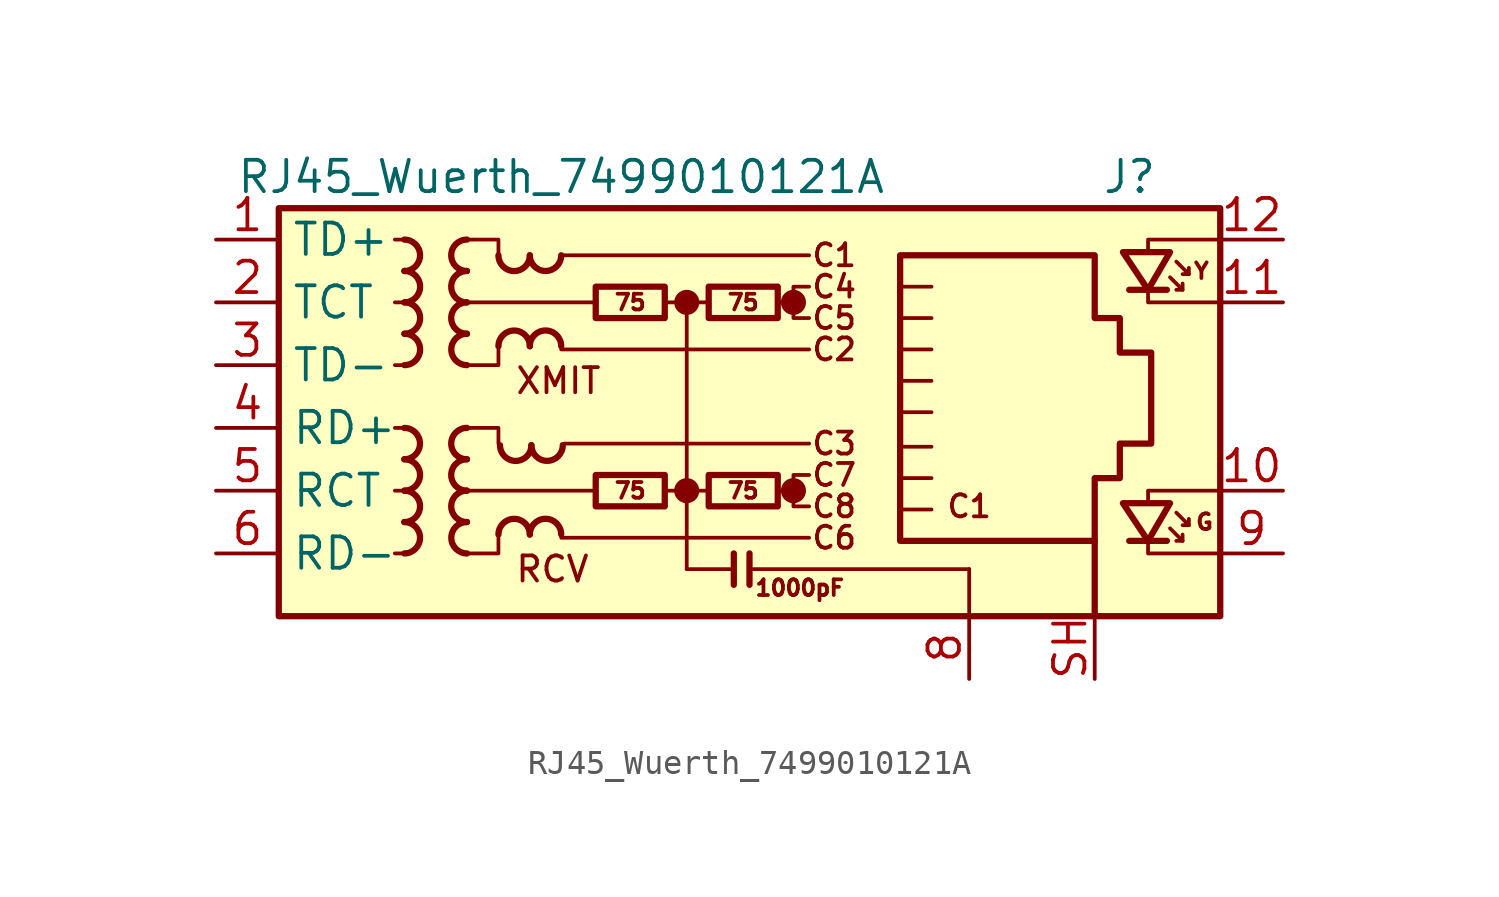
<source format=kicad_sym>
(kicad_symbol_lib
  (version 20241209)
  (generator "kicad_symbol_editor")
  (generator_version "9.0")
  (symbol "RJ45_Wuerth_7499010121A"
    (property "Reference" "J"
      (at 17.78 10.16 0)
      (effects (font (size 1.27 1.27)) (justify right)))
    (property "Value" "RJ45_Wuerth_7499010121A"
      (at -6.35 10.16 0)
      (effects (font (size 1.27 1.27))))
    (symbol "RJ45_Wuerth_7499010121A_0_0"
      (circle (center -1.27 5.08) (radius 0.0001) (stroke (width 0.508) (type default)) (fill (type none)))
      (polyline (pts (xy -1.27 5.08) (xy -1.27 -5.715)) (stroke (width 0) (type default)) (fill (type none)))
      (circle (center -1.27 -2.54) (radius 0.0001) (stroke (width 0.508) (type default)) (fill (type none)))
      (polyline (pts (xy 0.635 -5.08) (xy 0.635 -6.35)) (stroke (width 0.254) (type default)) (fill (type none)))
      (polyline (pts (xy 1.27 -5.08) (xy 1.27 -6.35)) (stroke (width 0.254) (type default)) (fill (type none)))
      (polyline (pts (xy 3.048 5.08) (xy 2.54 5.08)) (stroke (width 0) (type default)) (fill (type none)))
      (circle (center 3.048 5.08) (radius 0.0001) (stroke (width 0.508) (type default)) (fill (type none)))
      (polyline (pts (xy 3.048 -2.54) (xy 2.54 -2.54)) (stroke (width 0) (type default)) (fill (type none)))
      (circle (center 3.048 -2.54) (radius 0.0001) (stroke (width 0.508) (type default)) (fill (type none)))
      (polyline (pts (xy 3.683 5.715) (xy 3.048 5.715) (xy 3.048 4.445) (xy 3.683 4.445)) (stroke (width 0) (type default)) (fill (type none)))
      (polyline (pts (xy 3.683 -1.905) (xy 3.048 -1.905) (xy 3.048 -3.175) (xy 3.683 -3.175)) (stroke (width 0) (type default)) (fill (type none)))
      (polyline (pts (xy 17.399 7.112) (xy 17.399 7.62) (xy 20.32 7.62)) (stroke (width 0) (type default)) (fill (type none)))
      (polyline (pts (xy 17.399 -3.048) (xy 17.399 -2.54) (xy 20.32 -2.54)) (stroke (width 0) (type default)) (fill (type none)))
      (polyline (pts (xy 20.32 5.08) (xy 17.399 5.08) (xy 17.399 5.588)) (stroke (width 0) (type default)) (fill (type none)))
      (polyline (pts (xy 20.32 -5.08) (xy 17.399 -5.08) (xy 17.399 -4.572)) (stroke (width 0) (type default)) (fill (type none)))
      (text "XMIT" (at -8.255 1.905 0) (effects (font (size 1.016 1.016)) (justify left)))
      (text "RCV" (at -8.255 -5.715 0) (effects (font (size 1.016 1.016)) (justify left)))
      (text "C1" (at 4.699 6.985 0) (effects (font (size 0.889 0.889))))
      (text "C4" (at 4.699 5.715 0) (effects (font (size 0.889 0.889))))
      (text "C5" (at 4.699 4.445 0) (effects (font (size 0.889 0.889))))
      (text "C2" (at 4.699 3.175 0) (effects (font (size 0.889 0.889))))
      (text "C3" (at 4.699 -0.635 0) (effects (font (size 0.889 0.889))))
      (text "C7" (at 4.699 -1.905 0) (effects (font (size 0.889 0.889))))
      (text "C8" (at 4.699 -3.175 0) (effects (font (size 0.889 0.889))))
      (text "C6" (at 4.699 -4.445 0) (effects (font (size 0.889 0.889))))
      (text "C1" (at 10.16 -3.175 0) (effects (font (size 0.889 0.889)))))
    (symbol "RJ45_Wuerth_7499010121A_0_1"
      (rectangle (start -17.78 8.89) (end 20.32 -7.62) (stroke (width 0.254) (type default)) (fill (type background)))
      (polyline (pts (xy -12.7 7.62) (xy -13.081 7.62)) (stroke (width 0) (type default)) (fill (type none)))
      (polyline (pts (xy -12.7 5.08) (xy -13.081 5.08)) (stroke (width 0) (type default)) (fill (type none)))
      (polyline (pts (xy -12.7 2.54) (xy -13.081 2.54)) (stroke (width 0) (type default)) (fill (type none)))
      (polyline (pts (xy -12.7 0) (xy -13.081 0)) (stroke (width 0) (type default)) (fill (type none)))
      (polyline (pts (xy -12.7 -2.54) (xy -13.081 -2.54)) (stroke (width 0) (type default)) (fill (type none)))
      (polyline (pts (xy -12.7 -5.08) (xy -13.081 -5.08)) (stroke (width 0) (type default)) (fill (type none)))
      (polyline (pts (xy -10.16 7.62) (xy -8.89 7.62) (xy -8.89 6.985)) (stroke (width 0) (type default)) (fill (type none)))
      (polyline (pts (xy -10.16 0) (xy -8.89 0) (xy -8.89 -0.635)) (stroke (width 0) (type default)) (fill (type none)))
      (polyline (pts (xy -8.89 3.175) (xy -8.89 2.54) (xy -10.16 2.54)) (stroke (width 0) (type default)) (fill (type none)))
      (polyline (pts (xy -8.89 -4.445) (xy -8.89 -5.08) (xy -10.16 -5.08)) (stroke (width 0) (type default)) (fill (type none)))
      (polyline (pts (xy -6.35 6.985) (xy 3.683 6.985)) (stroke (width 0) (type default)) (fill (type none)))
      (polyline (pts (xy -6.35 3.175) (xy 3.683 3.175)) (stroke (width 0) (type default)) (fill (type none)))
      (polyline (pts (xy -6.35 -4.445) (xy 3.683 -4.445)) (stroke (width 0) (type default)) (fill (type none)))
      (polyline (pts (xy -6.223 -0.635) (xy 3.683 -0.635)) (stroke (width 0) (type default)) (fill (type none)))
      (polyline (pts (xy -5.08 -2.54) (xy -10.16 -2.54)) (stroke (width 0) (type default)) (fill (type none)))
      (polyline (pts (xy -4.953 5.08) (xy -10.16 5.08)) (stroke (width 0) (type default)) (fill (type none)))
      (polyline (pts (xy -2.159 5.08) (xy -0.381 5.08)) (stroke (width 0) (type default)) (fill (type none)))
      (polyline (pts (xy -2.159 -2.54) (xy -0.381 -2.54)) (stroke (width 0) (type default)) (fill (type none)))
      (polyline (pts (xy 0.635 -5.715) (xy -1.27 -5.715)) (stroke (width 0) (type default)) (fill (type none)))
      (polyline (pts (xy 7.366 3.175) (xy 8.636 3.175)) (stroke (width 0) (type default)) (fill (type none)))
      (polyline (pts (xy 7.366 1.905) (xy 8.636 1.905)) (stroke (width 0) (type default)) (fill (type none)))
      (polyline (pts (xy 7.366 0.635) (xy 8.636 0.635)) (stroke (width 0) (type default)) (fill (type none)))
      (polyline (pts (xy 7.366 -0.762) (xy 8.636 -0.762)) (stroke (width 0) (type default)) (fill (type none)))
      (polyline (pts (xy 7.366 -2.032) (xy 8.636 -2.032)) (stroke (width 0) (type default)) (fill (type none)))
      (polyline (pts (xy 8.636 5.715) (xy 7.366 5.715)) (stroke (width 0) (type default)) (fill (type none)))
      (polyline (pts (xy 8.636 4.445) (xy 7.366 4.445)) (stroke (width 0) (type default)) (fill (type none)))
      (polyline (pts (xy 8.636 -3.302) (xy 7.366 -3.302)) (stroke (width 0) (type default)) (fill (type none)))
      (polyline (pts (xy 10.16 -5.715) (xy 1.27 -5.715)) (stroke (width 0) (type default)) (fill (type none)))
      (polyline (pts (xy 10.16 -5.715) (xy 10.16 -7.62)) (stroke (width 0) (type default)) (fill (type none))))
    (symbol "RJ45_Wuerth_7499010121A_1_0"
      (text "1000pF" (at 3.302 -6.477 0) (effects (font (size 0.635 0.635)))))
    (symbol "RJ45_Wuerth_7499010121A_1_1"
      (arc (start -12.7 0) (mid -12.0677 -0.635) (end -12.7 -1.27) (stroke (width 0.254) (type default)) (fill (type none)))
      (arc (start -12.6973 7.62) (mid -12.065 6.985) (end -12.6973 6.35) (stroke (width 0.254) (type default)) (fill (type none)))
      (arc (start -12.6973 -1.27) (mid -12.065 -1.905) (end -12.6973 -2.54) (stroke (width 0.254) (type default)) (fill (type none)))
      (arc (start -12.6973 -2.54) (mid -12.065 -3.175) (end -12.6973 -3.81) (stroke (width 0.254) (type default)) (fill (type none)))
      (arc (start -12.6973 -3.81) (mid -12.065 -4.445) (end -12.6973 -5.08) (stroke (width 0.254) (type default)) (fill (type none)))
      (arc (start -12.6946 6.35) (mid -12.0623 5.715) (end -12.6946 5.08) (stroke (width 0.254) (type default)) (fill (type none)))
      (arc (start -12.6946 5.08) (mid -12.0623 4.445) (end -12.6946 3.81) (stroke (width 0.254) (type default)) (fill (type none)))
      (arc (start -12.6946 3.81) (mid -12.0623 3.175) (end -12.6946 2.54) (stroke (width 0.254) (type default)) (fill (type none)))
      (arc (start -10.1654 6.35) (mid -10.7977 6.985) (end -10.1654 7.62) (stroke (width 0.254) (type default)) (fill (type none)))
      (arc (start -10.1654 5.08) (mid -10.7977 5.715) (end -10.1654 6.35) (stroke (width 0.254) (type default)) (fill (type none)))
      (arc (start -10.1654 3.81) (mid -10.7977 4.445) (end -10.1654 5.08) (stroke (width 0.254) (type default)) (fill (type none)))
      (arc (start -10.1654 -1.27) (mid -10.7977 -0.635) (end -10.1654 0) (stroke (width 0.254) (type default)) (fill (type none)))
      (arc (start -10.1654 -2.54) (mid -10.7977 -1.905) (end -10.1654 -1.27) (stroke (width 0.254) (type default)) (fill (type none)))
      (arc (start -10.1654 -3.81) (mid -10.7977 -3.175) (end -10.1654 -2.54) (stroke (width 0.254) (type default)) (fill (type none)))
      (arc (start -10.1627 2.54) (mid -10.795 3.175) (end -10.1627 3.81) (stroke (width 0.254) (type default)) (fill (type none)))
      (arc (start -10.1627 -5.08) (mid -10.795 -4.445) (end -10.1627 -3.81) (stroke (width 0.254) (type default)) (fill (type none)))
      (arc (start -7.62 6.9823) (mid -8.255 6.35) (end -8.89 6.9823) (stroke (width 0.254) (type default)) (fill (type none)))
      (arc (start -8.89 3.3047) (mid -8.255 3.937) (end -7.62 3.3047) (stroke (width 0.254) (type default)) (fill (type none)))
      (arc (start -8.89 -4.3153) (mid -8.255 -3.683) (end -7.62 -4.3153) (stroke (width 0.254) (type default)) (fill (type none)))
      (arc (start -7.5565 -0.7012) (mid -8.1915 -1.3335) (end -8.8265 -0.7012) (stroke (width 0.254) (type default)) (fill (type none)))
      (arc (start -6.35 6.985) (mid -6.985 6.3527) (end -7.62 6.985) (stroke (width 0.254) (type default)) (fill (type none)))
      (arc (start -7.62 3.3074) (mid -6.985 3.9397) (end -6.35 3.3074) (stroke (width 0.254) (type default)) (fill (type none)))
      (arc (start -7.62 -4.3126) (mid -6.985 -3.6803) (end -6.35 -4.3126) (stroke (width 0.254) (type default)) (fill (type none)))
      (arc (start -6.2865 -0.6985) (mid -6.9215 -1.3308) (end -7.5565 -0.6985) (stroke (width 0.254) (type default)) (fill (type none)))
      (rectangle (start -4.953 5.715) (end -2.159 4.445) (stroke (width 0.254) (type default)) (fill (type none)))
      (rectangle (start -4.953 -1.905) (end -2.159 -3.175) (stroke (width 0.254) (type default)) (fill (type none)))
      (rectangle (start -0.381 5.715) (end 2.413 4.445) (stroke (width 0.254) (type default)) (fill (type none)))
      (rectangle (start -0.381 -1.905) (end 2.413 -3.175) (stroke (width 0.254) (type default)) (fill (type none)))
      (polyline (pts (xy 7.366 -4.572) (xy 7.366 6.985) (xy 15.24 6.985) (xy 15.24 4.445) (xy 16.256 4.445) (xy 16.256 3.048) (xy 17.526 3.048) (xy 17.526 -0.635) (xy 16.256 -0.635) (xy 16.256 -2.032) (xy 15.24 -2.032) (xy 15.24 -4.572) (xy 7.366 -4.572)) (stroke (width 0.254) (type default)) (fill (type none)))
      (polyline (pts (xy 15.24 -7.62) (xy 15.24 -4.572)) (stroke (width 0.254) (type default)) (fill (type none)))
      (polyline (pts (xy 18.161 5.588) (xy 16.637 5.588)) (stroke (width 0.254) (type default)) (fill (type none)))
      (polyline (pts (xy 18.161 -4.572) (xy 16.637 -4.572)) (stroke (width 0.254) (type default)) (fill (type none)))
      (polyline (pts (xy 18.288 7.112) (xy 16.383 7.112) (xy 17.399 5.588) (xy 18.288 7.112)) (stroke (width 0.254) (type default)) (fill (type none)))
      (polyline (pts (xy 18.288 6.096) (xy 18.796 5.588) (xy 18.542 5.588)) (stroke (width 0) (type default)) (fill (type none)))
      (polyline (pts (xy 18.288 -3.048) (xy 16.383 -3.048) (xy 17.399 -4.572) (xy 18.288 -3.048)) (stroke (width 0.254) (type default)) (fill (type none)))
      (polyline (pts (xy 18.288 -4.064) (xy 18.796 -4.572) (xy 18.542 -4.572)) (stroke (width 0) (type default)) (fill (type none)))
      (polyline (pts (xy 18.542 6.731) (xy 19.05 6.223) (xy 18.796 6.223)) (stroke (width 0) (type default)) (fill (type none)))
      (polyline (pts (xy 18.542 -3.429) (xy 19.05 -3.937) (xy 18.796 -3.937)) (stroke (width 0) (type default)) (fill (type none)))
      (polyline (pts (xy 18.796 5.588) (xy 18.796 5.842)) (stroke (width 0) (type default)) (fill (type none)))
      (polyline (pts (xy 18.796 -4.572) (xy 18.796 -4.318)) (stroke (width 0) (type default)) (fill (type none)))
      (polyline (pts (xy 19.05 6.223) (xy 19.05 6.477)) (stroke (width 0) (type default)) (fill (type none)))
      (polyline (pts (xy 19.05 -3.937) (xy 19.05 -3.683)) (stroke (width 0) (type default)) (fill (type none)))
      (text "75" (at -3.556 5.08 0) (effects (font (size 0.635 0.635))))
      (text "75" (at -3.556 -2.54 0) (effects (font (size 0.635 0.635))))
      (text "75" (at 1.016 5.08 0) (effects (font (size 0.635 0.635))))
      (text "75" (at 1.016 -2.54 0) (effects (font (size 0.635 0.635))))
      (text "Y" (at 19.558 6.35 0) (effects (font (size 0.635 0.635))))
      (text "G" (at 19.685 -3.81 0) (effects (font (size 0.635 0.635))))
      (pin passive line (at -20.32 7.62 0) (length 2.54) (name "TD+" (effects (font (size 1.27 1.27)))) (number "1" (effects (font (size 1.27 1.27)))))
      (pin passive line (at -20.32 5.08 0) (length 2.54) (name "TCT" (effects (font (size 1.27 1.27)))) (number "2" (effects (font (size 1.27 1.27)))))
      (pin passive line (at -20.32 2.54 0) (length 2.54) (name "TD-" (effects (font (size 1.27 1.27)))) (number "3" (effects (font (size 1.27 1.27)))))
      (pin passive line (at -20.32 0 0) (length 2.54) (name "RD+" (effects (font (size 1.27 1.27)))) (number "4" (effects (font (size 1.27 1.27)))))
      (pin passive line (at -20.32 -2.54 0) (length 2.54) (name "RCT" (effects (font (size 1.27 1.27)))) (number "5" (effects (font (size 1.27 1.27)))))
      (pin passive line (at -20.32 -5.08 0) (length 2.54) (name "RD-" (effects (font (size 1.27 1.27)))) (number "6" (effects (font (size 1.27 1.27)))))
      (pin power_in line (at 10.16 -10.16 90) (length 2.54) (name "" (effects (font (size 1.27 1.27)))) (number "8" (effects (font (size 1.27 1.27)))))
      (pin passive line (at 15.24 -10.16 90) (length 2.54) (name "" (effects (font (size 1.27 1.27)))) (number "SH" (effects (font (size 1.27 1.27)))))
      (pin no_connect line (at 20.32 0 0) (length 0) (hide yes) (name "NC" (effects (font (size 1.27 1.27)))) (number "7" (effects (font (size 1.27 1.27)))))
      (pin passive line (at 22.86 7.62 180) (length 2.54) (name "" (effects (font (size 1.27 1.27)))) (number "12" (effects (font (size 1.27 1.27)))))
      (pin passive line (at 22.86 5.08 180) (length 2.54) (name "" (effects (font (size 1.27 1.27)))) (number "11" (effects (font (size 1.27 1.27)))))
      (pin passive line (at 22.86 -2.54 180) (length 2.54) (name "" (effects (font (size 1.27 1.27)))) (number "10" (effects (font (size 1.27 1.27)))))
      (pin passive line (at 22.86 -5.08 180) (length 2.54) (name "" (effects (font (size 1.27 1.27)))) (number "9" (effects (font (size 1.27 1.27))))))))
</source>
